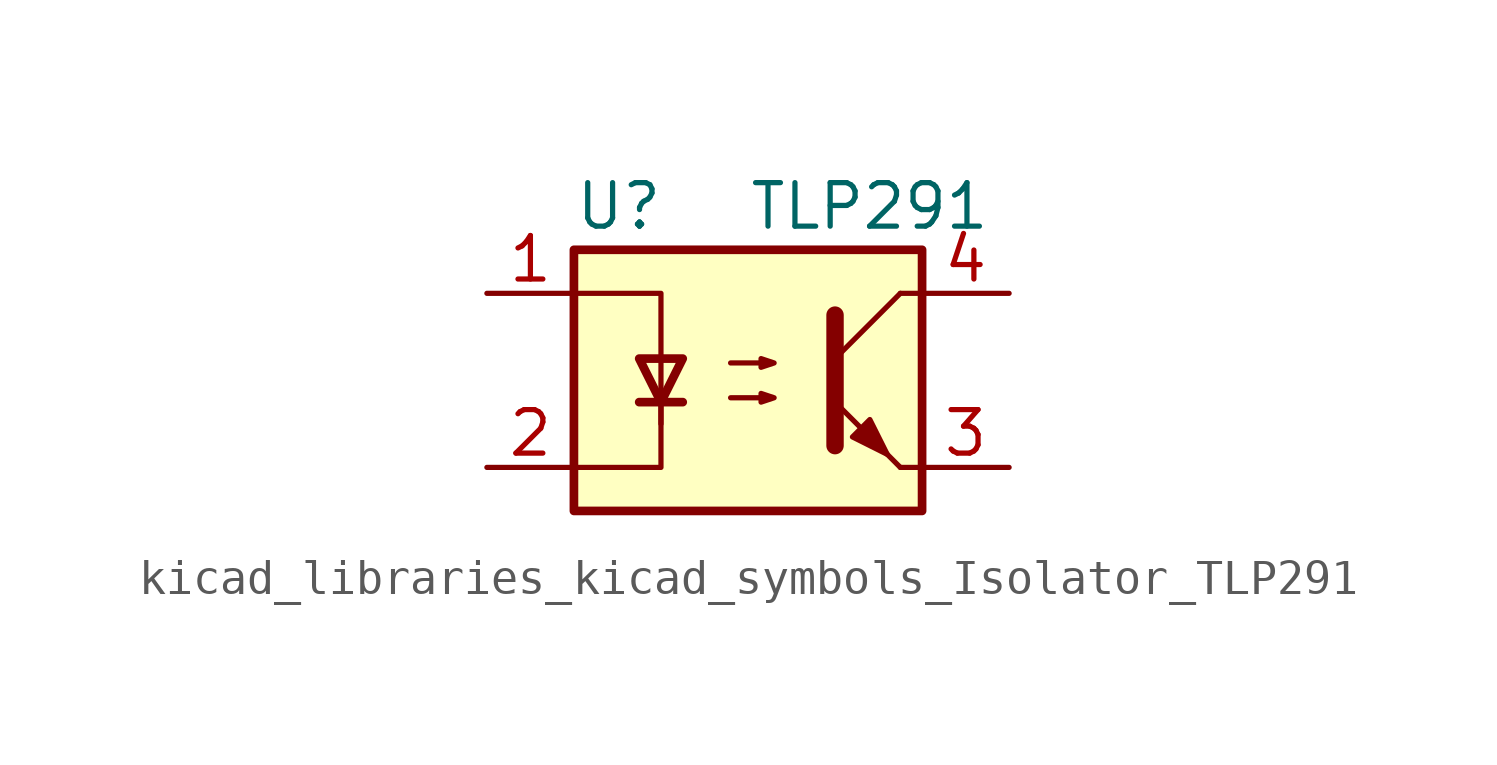
<source format=kicad_sym>
(kicad_symbol_lib
  (version 20220914)
  (generator kicad_symbol_editor)
  (symbol "kicad_libraries_kicad_symbols_Isolator_TLP291"
    (property "Reference" "U"
      (at -5.08 5.08 0)
      (effects (font (size 1.27 1.27)) (justify left)))
    (property "Value" "TLP291"
      (at 0 5.08 0)
      (effects (font (size 1.27 1.27)) (justify left)))
    (symbol "kicad_libraries_kicad_symbols_Isolator_TLP291_0_1"
      (rectangle (start -5.08 3.81) (end 5.08 -3.81) (stroke (width 0.254) (type default)) (fill (type background)))
      (polyline (pts (xy -3.175 -0.635) (xy -1.905 -0.635)) (stroke (width 0.254) (type default)) (fill (type none)))
      (polyline (pts (xy 2.54 0.635) (xy 4.445 2.54)) (stroke (width 0) (type default)) (fill (type none)))
      (polyline (pts (xy 4.445 -2.54) (xy 2.54 -0.635)) (stroke (width 0) (type default)) (fill (type outline)))
      (polyline (pts (xy 4.445 -2.54) (xy 5.08 -2.54)) (stroke (width 0) (type default)) (fill (type none)))
      (polyline (pts (xy 4.445 2.54) (xy 5.08 2.54)) (stroke (width 0) (type default)) (fill (type none)))
      (polyline (pts (xy -2.54 -0.635) (xy -2.54 -2.54) (xy -5.08 -2.54)) (stroke (width 0) (type default)) (fill (type none)))
      (polyline (pts (xy 2.54 1.905) (xy 2.54 -1.905) (xy 2.54 -1.905)) (stroke (width 0.508) (type default)) (fill (type none)))
      (polyline (pts (xy -5.08 2.54) (xy -2.54 2.54) (xy -2.54 -1.27) (xy -2.54 0.635)) (stroke (width 0) (type default)) (fill (type none)))
      (polyline (pts (xy -2.54 -0.635) (xy -3.175 0.635) (xy -1.905 0.635) (xy -2.54 -0.635)) (stroke (width 0.254) (type default)) (fill (type none)))
      (polyline (pts (xy -0.508 -0.508) (xy 0.762 -0.508) (xy 0.381 -0.635) (xy 0.381 -0.381) (xy 0.762 -0.508)) (stroke (width 0) (type default)) (fill (type none)))
      (polyline (pts (xy -0.508 0.508) (xy 0.762 0.508) (xy 0.381 0.381) (xy 0.381 0.635) (xy 0.762 0.508)) (stroke (width 0) (type default)) (fill (type none)))
      (polyline (pts (xy 3.048 -1.651) (xy 3.556 -1.143) (xy 4.064 -2.159) (xy 3.048 -1.651) (xy 3.048 -1.651)) (stroke (width 0) (type default)) (fill (type outline))))
    (symbol "kicad_libraries_kicad_symbols_Isolator_TLP291_1_1"
      (pin passive line (at -7.62 2.54 0) (length 2.54) (name "~" (effects (font (size 1.27 1.27)))) (number "1" (effects (font (size 1.27 1.27)))))
      (pin passive line (at -7.62 -2.54 0) (length 2.54) (name "~" (effects (font (size 1.27 1.27)))) (number "2" (effects (font (size 1.27 1.27)))))
      (pin passive line (at 7.62 -2.54 180) (length 2.54) (name "~" (effects (font (size 1.27 1.27)))) (number "3" (effects (font (size 1.27 1.27)))))
      (pin passive line (at 7.62 2.54 180) (length 2.54) (name "~" (effects (font (size 1.27 1.27)))) (number "4" (effects (font (size 1.27 1.27))))))))
</source>
